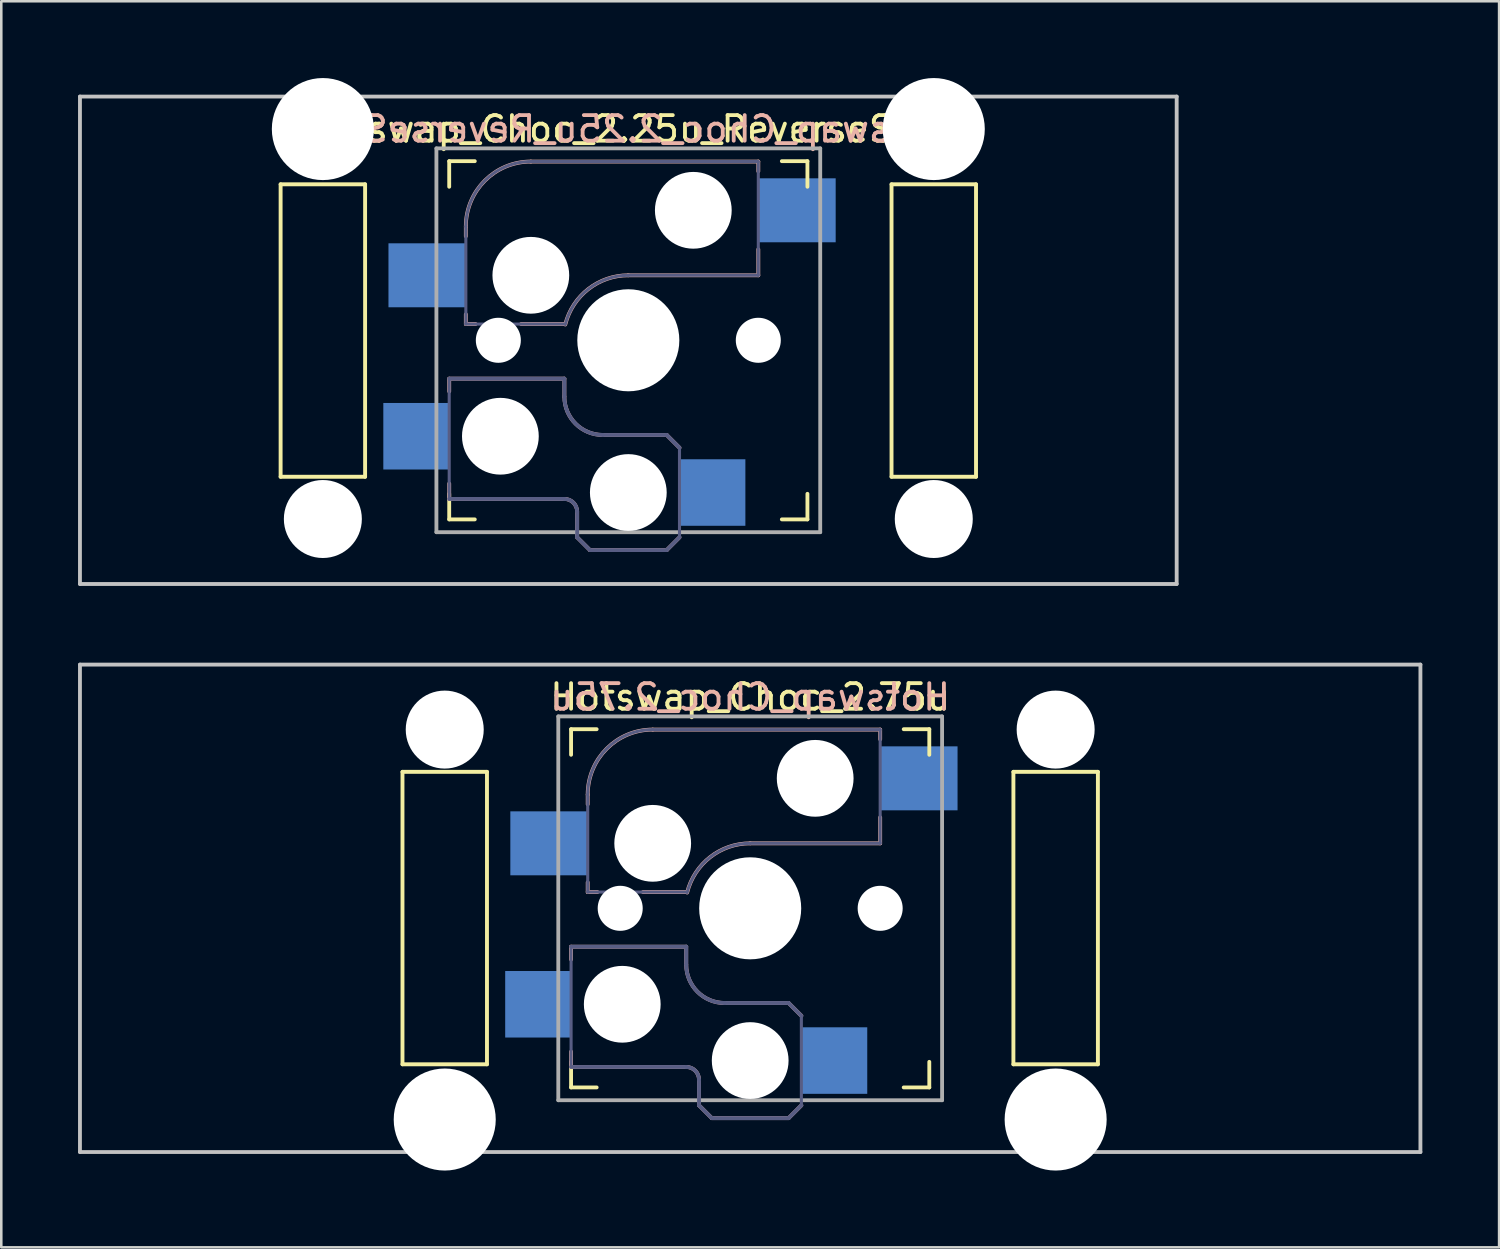
<source format=kicad_pcb>
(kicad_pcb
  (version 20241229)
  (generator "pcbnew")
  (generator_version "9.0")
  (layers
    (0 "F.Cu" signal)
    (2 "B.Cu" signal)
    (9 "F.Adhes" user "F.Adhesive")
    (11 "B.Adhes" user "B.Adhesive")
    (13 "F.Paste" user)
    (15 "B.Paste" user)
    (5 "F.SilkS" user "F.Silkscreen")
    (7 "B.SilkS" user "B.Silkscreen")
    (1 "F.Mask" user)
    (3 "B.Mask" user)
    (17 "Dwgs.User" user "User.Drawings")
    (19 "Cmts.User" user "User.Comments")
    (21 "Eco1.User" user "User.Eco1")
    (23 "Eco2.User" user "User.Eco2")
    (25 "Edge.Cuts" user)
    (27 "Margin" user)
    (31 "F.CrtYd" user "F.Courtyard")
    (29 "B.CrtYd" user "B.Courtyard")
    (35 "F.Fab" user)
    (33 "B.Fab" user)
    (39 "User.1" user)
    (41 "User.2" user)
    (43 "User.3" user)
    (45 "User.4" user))
  (footprint "Hotswap_Choc_2.25u_ReverseStab"
    (layer "F.Cu")
    (at 21.506 10.249)
    (property "Reference" "Hotswap_Choc_2.25u_ReverseStab" (at 0 -8.255 0) (layer "F.SilkS") (effects (font (size 1 1) (thickness 0.15))))
    (attr through_hole)
    (fp_line (start -13.589 -6.096) (end -13.589 5.334) (stroke (width 0.152) (type solid)) (layer "F.SilkS"))
    (fp_line (start -13.589 5.334) (end -10.287 5.334) (stroke (width 0.152) (type solid)) (layer "F.SilkS"))
    (fp_line (start -10.287 -6.096) (end -13.589 -6.096) (stroke (width 0.152) (type solid)) (layer "F.SilkS"))
    (fp_line (start -10.287 5.334) (end -10.287 -6.096) (stroke (width 0.152) (type solid)) (layer "F.SilkS"))
    (fp_line (start -7 -6) (end -7 -7) (stroke (width 0.15) (type solid)) (layer "F.SilkS"))
    (fp_line (start -7 7) (end -7 6) (stroke (width 0.15) (type solid)) (layer "F.SilkS"))
    (fp_line (start -7 7) (end -6 7) (stroke (width 0.15) (type solid)) (layer "F.SilkS"))
    (fp_line (start -6 -7) (end -7 -7) (stroke (width 0.15) (type solid)) (layer "F.SilkS"))
    (fp_line (start 6 7) (end 7 7) (stroke (width 0.15) (type solid)) (layer "F.SilkS"))
    (fp_line (start 7 -7) (end 6 -7) (stroke (width 0.15) (type solid)) (layer "F.SilkS"))
    (fp_line (start 7 -7) (end 7 -6) (stroke (width 0.15) (type solid)) (layer "F.SilkS"))
    (fp_line (start 7 6) (end 7 7) (stroke (width 0.15) (type solid)) (layer "F.SilkS"))
    (fp_line (start 10.287 -6.096) (end 10.287 5.334) (stroke (width 0.152) (type solid)) (layer "F.SilkS"))
    (fp_line (start 10.287 5.334) (end 13.589 5.334) (stroke (width 0.152) (type solid)) (layer "F.SilkS"))
    (fp_line (start 13.589 -6.096) (end 10.287 -6.096) (stroke (width 0.152) (type solid)) (layer "F.SilkS"))
    (fp_line (start 13.589 5.334) (end 13.589 -6.096) (stroke (width 0.152) (type solid)) (layer "F.SilkS"))
    (fp_line (start -7 1.5) (end -7 2) (stroke (width 0.15) (type solid)) (layer "B.SilkS"))
    (fp_line (start -7 5.6) (end -7 6.2) (stroke (width 0.15) (type solid)) (layer "B.SilkS"))
    (fp_line (start -7 6.2) (end -2.5 6.2) (stroke (width 0.15) (type solid)) (layer "B.SilkS"))
    (fp_line (start -6.35 -4.445) (end -6.35 -4.064) (stroke (width 0.15) (type solid)) (layer "B.SilkS"))
    (fp_line (start -6.35 -1.016) (end -6.35 -0.635) (stroke (width 0.15) (type solid)) (layer "B.SilkS"))
    (fp_line (start -6.35 -0.635) (end -5.969 -0.635) (stroke (width 0.15) (type solid)) (layer "B.SilkS"))
    (fp_line (start -4.191 -0.635) (end -2.54 -0.635) (stroke (width 0.15) (type solid)) (layer "B.SilkS"))
    (fp_line (start -2.5 1.5) (end -7 1.5) (stroke (width 0.15) (type solid)) (layer "B.SilkS"))
    (fp_line (start -2.5 2.2) (end -2.5 1.5) (stroke (width 0.15) (type solid)) (layer "B.SilkS"))
    (fp_line (start -2 6.7) (end -2 7.7) (stroke (width 0.15) (type solid)) (layer "B.SilkS"))
    (fp_line (start -1.5 8.2) (end -2 7.7) (stroke (width 0.15) (type solid)) (layer "B.SilkS"))
    (fp_line (start 0 -2.54) (end 5.08 -2.54) (stroke (width 0.15) (type solid)) (layer "B.SilkS"))
    (fp_line (start 1.5 3.7) (end -1 3.7) (stroke (width 0.15) (type solid)) (layer "B.SilkS"))
    (fp_line (start 1.5 8.2) (end -1.5 8.2) (stroke (width 0.15) (type solid)) (layer "B.SilkS"))
    (fp_line (start 2 4.2) (end 1.5 3.7) (stroke (width 0.15) (type solid)) (layer "B.SilkS"))
    (fp_line (start 2 7.7) (end 1.5 8.2) (stroke (width 0.15) (type solid)) (layer "B.SilkS"))
    (fp_line (start 5.08 -6.985) (end -3.81 -6.985) (stroke (width 0.15) (type solid)) (layer "B.SilkS"))
    (fp_line (start 5.08 -6.604) (end 5.08 -6.985) (stroke (width 0.15) (type solid)) (layer "B.SilkS"))
    (fp_line (start 5.08 -2.54) (end 5.08 -3.556) (stroke (width 0.15) (type solid)) (layer "B.SilkS"))
    (fp_arc (start -6.35 -4.445) (mid -5.606051 -6.241051) (end -3.81 -6.985) (stroke (width 0.15) (type solid)) (layer "B.SilkS"))
    (fp_arc (start -2.5 6.2) (mid -2.146447 6.346447) (end -2 6.7) (stroke (width 0.15) (type solid)) (layer "B.SilkS"))
    (fp_arc (start -2.464162 -0.61604) (mid -1.563147 -2.002042) (end 0 -2.54) (stroke (width 0.15) (type solid)) (layer "B.SilkS"))
    (fp_arc (start -1 3.7) (mid -2.06066 3.26066) (end -2.5 2.2) (stroke (width 0.15) (type solid)) (layer "B.SilkS"))
    (fp_line (start -21.431 -9.525) (end 21.431 -9.525) (stroke (width 0.15) (type solid)) (layer "Dwgs.User"))
    (fp_line (start -21.431 9.525) (end -21.431 -9.525) (stroke (width 0.15) (type solid)) (layer "Dwgs.User"))
    (fp_line (start 21.431 -9.525) (end 21.431 9.525) (stroke (width 0.15) (type solid)) (layer "Dwgs.User"))
    (fp_line (start 21.431 9.525) (end -21.431 9.525) (stroke (width 0.15) (type solid)) (layer "Dwgs.User"))
    (fp_line (start -6.9 6.9) (end -6.9 -6.9) (stroke (width 0.15) (type solid)) (layer "Eco2.User"))
    (fp_line (start -6.9 6.9) (end 6.9 6.9) (stroke (width 0.15) (type solid)) (layer "Eco2.User"))
    (fp_line (start 6.9 -6.9) (end -6.9 -6.9) (stroke (width 0.15) (type solid)) (layer "Eco2.User"))
    (fp_line (start 6.9 -6.9) (end 6.9 6.9) (stroke (width 0.15) (type solid)) (layer "Eco2.User"))
    (fp_line (start -7 1.5) (end -7 6.2) (stroke (width 0.12) (type solid)) (layer "B.Fab"))
    (fp_line (start -7 6.2) (end -2.5 6.2) (stroke (width 0.15) (type solid)) (layer "B.Fab"))
    (fp_line (start -6.35 -4.445) (end -6.35 -0.635) (stroke (width 0.12) (type solid)) (layer "B.Fab"))
    (fp_line (start -6.35 -0.635) (end -2.54 -0.635) (stroke (width 0.12) (type solid)) (layer "B.Fab"))
    (fp_line (start -2.5 1.5) (end -7 1.5) (stroke (width 0.15) (type solid)) (layer "B.Fab"))
    (fp_line (start -2.5 2.2) (end -2.5 1.5) (stroke (width 0.15) (type solid)) (layer "B.Fab"))
    (fp_line (start -2 6.7) (end -2 7.7) (stroke (width 0.15) (type solid)) (layer "B.Fab"))
    (fp_line (start -1.5 8.2) (end -2 7.7) (stroke (width 0.15) (type solid)) (layer "B.Fab"))
    (fp_line (start 0 -2.54) (end 5.08 -2.54) (stroke (width 0.12) (type solid)) (layer "B.Fab"))
    (fp_line (start 1.5 3.7) (end -1 3.7) (stroke (width 0.15) (type solid)) (layer "B.Fab"))
    (fp_line (start 1.5 8.2) (end -1.5 8.2) (stroke (width 0.15) (type solid)) (layer "B.Fab"))
    (fp_line (start 2 4.2) (end 1.5 3.7) (stroke (width 0.15) (type solid)) (layer "B.Fab"))
    (fp_line (start 2 4.25) (end 2 7.7) (stroke (width 0.12) (type solid)) (layer "B.Fab"))
    (fp_line (start 2 7.7) (end 1.5 8.2) (stroke (width 0.15) (type solid)) (layer "B.Fab"))
    (fp_line (start 5.08 -6.985) (end -3.81 -6.985) (stroke (width 0.12) (type solid)) (layer "B.Fab"))
    (fp_line (start 5.08 -2.54) (end 5.08 -6.985) (stroke (width 0.12) (type solid)) (layer "B.Fab"))
    (fp_arc (start -6.35 -4.445) (mid -5.606051 -6.241051) (end -3.81 -6.985) (stroke (width 0.12) (type solid)) (layer "B.Fab"))
    (fp_arc (start -2.5 6.2) (mid -2.146447 6.346447) (end -2 6.7) (stroke (width 0.15) (type solid)) (layer "B.Fab"))
    (fp_arc (start -2.464162 -0.61604) (mid -1.563147 -2.002042) (end 0 -2.54) (stroke (width 0.12) (type solid)) (layer "B.Fab"))
    (fp_arc (start -1 3.7) (mid -2.06066 3.26066) (end -2.5 2.2) (stroke (width 0.15) (type solid)) (layer "B.Fab"))
    (fp_line (start -7.5 -7.5) (end 7.5 -7.5) (stroke (width 0.15) (type solid)) (layer "F.Fab"))
    (fp_line (start -7.5 7.5) (end -7.5 -7.5) (stroke (width 0.15) (type solid)) (layer "F.Fab"))
    (fp_line (start 7.5 -7.5) (end 7.5 7.5) (stroke (width 0.15) (type solid)) (layer "F.Fab"))
    (fp_line (start 7.5 7.5) (end -7.5 7.5) (stroke (width 0.15) (type solid)) (layer "F.Fab"))
    (fp_text user "${REFERENCE}" (at 0 -8.255 0) (layer "B.SilkS") (effects (font (size 1 1) (thickness 0.15)) (justify mirror)))
    (pad "" np_thru_hole circle (at -11.938 -8.255 180) (size 3.988 3.988) (drill 3.988) (layers "*.Cu" "*.Mask"))
    (pad "" np_thru_hole circle (at -11.938 6.985 180) (size 3.048 3.048) (drill 3.048) (layers "*.Cu" "*.Mask"))
    (pad "" np_thru_hole circle (at -5.08 0 180) (size 1.76 1.76) (drill 1.76) (layers "*.Cu" "*.Mask"))
    (pad "" np_thru_hole circle (at -5 3.75) (size 3 3) (drill 3) (layers "*.Cu" "*.Mask"))
    (pad "" np_thru_hole circle (at -3.81 -2.54 180) (size 3 3) (drill 3) (layers "*.Cu" "*.Mask"))
    (pad "" np_thru_hole circle (at 0 0 180) (size 3.988 3.988) (drill 3.988) (layers "*.Cu" "*.Mask"))
    (pad "" np_thru_hole circle (at 0 5.95) (size 3 3) (drill 3) (layers "*.Cu" "*.Mask"))
    (pad "" np_thru_hole circle (at 2.54 -5.08 180) (size 3 3) (drill 3) (layers "*.Cu" "*.Mask"))
    (pad "" np_thru_hole circle (at 5.08 0 180) (size 1.76 1.76) (drill 1.76) (layers "*.Cu" "*.Mask"))
    (pad "" np_thru_hole circle (at 11.938 -8.255 180) (size 3.988 3.988) (drill 3.988) (layers "*.Cu" "*.Mask"))
    (pad "" np_thru_hole circle (at 11.938 6.985 180) (size 3.048 3.048) (drill 3.048) (layers "*.Cu" "*.Mask"))
    (pad "1" smd rect (at -8.275 3.75) (size 2.6 2.6) (layers "B.Cu" "B.Mask" "B.Paste"))
    (pad "1" smd rect (at -7.874 -2.54 180) (size 3 2.5) (layers "B.Cu" "B.Mask" "B.Paste"))
    (pad "2" smd rect (at 3.275 5.95) (size 2.6 2.6) (layers "B.Cu" "B.Mask" "B.Paste"))
    (pad "2" smd rect (at 6.604 -5.08 180) (size 3 2.5) (layers "B.Cu" "B.Mask" "B.Paste")))
  (footprint "Hotswap_Choc_2.75u"
    (layer "F.Cu")
    (at 26.269 32.449)
    (property "Reference" "Hotswap_Choc_2.75u" (at 0 -8.255 0) (layer "F.SilkS") (effects (font (size 1 1) (thickness 0.15))))
    (attr through_hole)
    (fp_line (start -13.589 -5.334) (end -13.589 6.096) (stroke (width 0.152) (type solid)) (layer "F.SilkS"))
    (fp_line (start -13.589 6.096) (end -10.287 6.096) (stroke (width 0.152) (type solid)) (layer "F.SilkS"))
    (fp_line (start -10.287 -5.334) (end -13.589 -5.334) (stroke (width 0.152) (type solid)) (layer "F.SilkS"))
    (fp_line (start -10.287 6.096) (end -10.287 -5.334) (stroke (width 0.152) (type solid)) (layer "F.SilkS"))
    (fp_line (start -7 -6) (end -7 -7) (stroke (width 0.15) (type solid)) (layer "F.SilkS"))
    (fp_line (start -7 7) (end -7 6) (stroke (width 0.15) (type solid)) (layer "F.SilkS"))
    (fp_line (start -7 7) (end -6 7) (stroke (width 0.15) (type solid)) (layer "F.SilkS"))
    (fp_line (start -6 -7) (end -7 -7) (stroke (width 0.15) (type solid)) (layer "F.SilkS"))
    (fp_line (start 6 7) (end 7 7) (stroke (width 0.15) (type solid)) (layer "F.SilkS"))
    (fp_line (start 7 -7) (end 6 -7) (stroke (width 0.15) (type solid)) (layer "F.SilkS"))
    (fp_line (start 7 -7) (end 7 -6) (stroke (width 0.15) (type solid)) (layer "F.SilkS"))
    (fp_line (start 7 6) (end 7 7) (stroke (width 0.15) (type solid)) (layer "F.SilkS"))
    (fp_line (start 10.287 -5.334) (end 10.287 6.096) (stroke (width 0.152) (type solid)) (layer "F.SilkS"))
    (fp_line (start 10.287 6.096) (end 13.589 6.096) (stroke (width 0.152) (type solid)) (layer "F.SilkS"))
    (fp_line (start 13.589 -5.334) (end 10.287 -5.334) (stroke (width 0.152) (type solid)) (layer "F.SilkS"))
    (fp_line (start 13.589 6.096) (end 13.589 -5.334) (stroke (width 0.152) (type solid)) (layer "F.SilkS"))
    (fp_line (start -7 1.5) (end -7 2) (stroke (width 0.15) (type solid)) (layer "B.SilkS"))
    (fp_line (start -7 5.6) (end -7 6.2) (stroke (width 0.15) (type solid)) (layer "B.SilkS"))
    (fp_line (start -7 6.2) (end -2.5 6.2) (stroke (width 0.15) (type solid)) (layer "B.SilkS"))
    (fp_line (start -6.35 -4.445) (end -6.35 -4.064) (stroke (width 0.15) (type solid)) (layer "B.SilkS"))
    (fp_line (start -6.35 -1.016) (end -6.35 -0.635) (stroke (width 0.15) (type solid)) (layer "B.SilkS"))
    (fp_line (start -6.35 -0.635) (end -5.969 -0.635) (stroke (width 0.15) (type solid)) (layer "B.SilkS"))
    (fp_line (start -4.191 -0.635) (end -2.54 -0.635) (stroke (width 0.15) (type solid)) (layer "B.SilkS"))
    (fp_line (start -2.5 1.5) (end -7 1.5) (stroke (width 0.15) (type solid)) (layer "B.SilkS"))
    (fp_line (start -2.5 2.2) (end -2.5 1.5) (stroke (width 0.15) (type solid)) (layer "B.SilkS"))
    (fp_line (start -2 6.7) (end -2 7.7) (stroke (width 0.15) (type solid)) (layer "B.SilkS"))
    (fp_line (start -1.5 8.2) (end -2 7.7) (stroke (width 0.15) (type solid)) (layer "B.SilkS"))
    (fp_line (start 0 -2.54) (end 5.08 -2.54) (stroke (width 0.15) (type solid)) (layer "B.SilkS"))
    (fp_line (start 1.5 3.7) (end -1 3.7) (stroke (width 0.15) (type solid)) (layer "B.SilkS"))
    (fp_line (start 1.5 8.2) (end -1.5 8.2) (stroke (width 0.15) (type solid)) (layer "B.SilkS"))
    (fp_line (start 2 4.2) (end 1.5 3.7) (stroke (width 0.15) (type solid)) (layer "B.SilkS"))
    (fp_line (start 2 7.7) (end 1.5 8.2) (stroke (width 0.15) (type solid)) (layer "B.SilkS"))
    (fp_line (start 5.08 -6.985) (end -3.81 -6.985) (stroke (width 0.15) (type solid)) (layer "B.SilkS"))
    (fp_line (start 5.08 -6.604) (end 5.08 -6.985) (stroke (width 0.15) (type solid)) (layer "B.SilkS"))
    (fp_line (start 5.08 -2.54) (end 5.08 -3.556) (stroke (width 0.15) (type solid)) (layer "B.SilkS"))
    (fp_arc (start -6.35 -4.445) (mid -5.606051 -6.241051) (end -3.81 -6.985) (stroke (width 0.15) (type solid)) (layer "B.SilkS"))
    (fp_arc (start -2.5 6.2) (mid -2.146447 6.346447) (end -2 6.7) (stroke (width 0.15) (type solid)) (layer "B.SilkS"))
    (fp_arc (start -2.464162 -0.61604) (mid -1.563147 -2.002042) (end 0 -2.54) (stroke (width 0.15) (type solid)) (layer "B.SilkS"))
    (fp_arc (start -1 3.7) (mid -2.06066 3.26066) (end -2.5 2.2) (stroke (width 0.15) (type solid)) (layer "B.SilkS"))
    (fp_line (start -26.194 -9.525) (end 26.194 -9.525) (stroke (width 0.15) (type solid)) (layer "Dwgs.User"))
    (fp_line (start -26.194 9.525) (end -26.194 -9.525) (stroke (width 0.15) (type solid)) (layer "Dwgs.User"))
    (fp_line (start -26.194 9.525) (end 26.194 9.525) (stroke (width 0.15) (type solid)) (layer "Dwgs.User"))
    (fp_line (start 26.194 -9.525) (end 26.194 9.525) (stroke (width 0.15) (type solid)) (layer "Dwgs.User"))
    (fp_line (start -6.9 6.9) (end -6.9 -6.9) (stroke (width 0.15) (type solid)) (layer "Eco2.User"))
    (fp_line (start -6.9 6.9) (end 6.9 6.9) (stroke (width 0.15) (type solid)) (layer "Eco2.User"))
    (fp_line (start 6.9 -6.9) (end -6.9 -6.9) (stroke (width 0.15) (type solid)) (layer "Eco2.User"))
    (fp_line (start 6.9 -6.9) (end 6.9 6.9) (stroke (width 0.15) (type solid)) (layer "Eco2.User"))
    (fp_line (start -7 1.5) (end -7 6.2) (stroke (width 0.12) (type solid)) (layer "B.Fab"))
    (fp_line (start -7 6.2) (end -2.5 6.2) (stroke (width 0.15) (type solid)) (layer "B.Fab"))
    (fp_line (start -6.35 -4.445) (end -6.35 -0.635) (stroke (width 0.12) (type solid)) (layer "B.Fab"))
    (fp_line (start -6.35 -0.635) (end -2.54 -0.635) (stroke (width 0.12) (type solid)) (layer "B.Fab"))
    (fp_line (start -2.5 1.5) (end -7 1.5) (stroke (width 0.15) (type solid)) (layer "B.Fab"))
    (fp_line (start -2.5 2.2) (end -2.5 1.5) (stroke (width 0.15) (type solid)) (layer "B.Fab"))
    (fp_line (start -2 6.7) (end -2 7.7) (stroke (width 0.15) (type solid)) (layer "B.Fab"))
    (fp_line (start -1.5 8.2) (end -2 7.7) (stroke (width 0.15) (type solid)) (layer "B.Fab"))
    (fp_line (start 0 -2.54) (end 5.08 -2.54) (stroke (width 0.12) (type solid)) (layer "B.Fab"))
    (fp_line (start 1.5 3.7) (end -1 3.7) (stroke (width 0.15) (type solid)) (layer "B.Fab"))
    (fp_line (start 1.5 8.2) (end -1.5 8.2) (stroke (width 0.15) (type solid)) (layer "B.Fab"))
    (fp_line (start 2 4.2) (end 1.5 3.7) (stroke (width 0.15) (type solid)) (layer "B.Fab"))
    (fp_line (start 2 4.25) (end 2 7.7) (stroke (width 0.12) (type solid)) (layer "B.Fab"))
    (fp_line (start 2 7.7) (end 1.5 8.2) (stroke (width 0.15) (type solid)) (layer "B.Fab"))
    (fp_line (start 5.08 -6.985) (end -3.81 -6.985) (stroke (width 0.12) (type solid)) (layer "B.Fab"))
    (fp_line (start 5.08 -2.54) (end 5.08 -6.985) (stroke (width 0.12) (type solid)) (layer "B.Fab"))
    (fp_arc (start -6.35 -4.445) (mid -5.606051 -6.241051) (end -3.81 -6.985) (stroke (width 0.12) (type solid)) (layer "B.Fab"))
    (fp_arc (start -2.5 6.2) (mid -2.146447 6.346447) (end -2 6.7) (stroke (width 0.15) (type solid)) (layer "B.Fab"))
    (fp_arc (start -2.464162 -0.61604) (mid -1.563147 -2.002042) (end 0 -2.54) (stroke (width 0.12) (type solid)) (layer "B.Fab"))
    (fp_arc (start -1 3.7) (mid -2.06066 3.26066) (end -2.5 2.2) (stroke (width 0.15) (type solid)) (layer "B.Fab"))
    (fp_line (start -7.5 -7.5) (end 7.5 -7.5) (stroke (width 0.15) (type solid)) (layer "F.Fab"))
    (fp_line (start -7.5 7.5) (end -7.5 -7.5) (stroke (width 0.15) (type solid)) (layer "F.Fab"))
    (fp_line (start 7.5 -7.5) (end 7.5 7.5) (stroke (width 0.15) (type solid)) (layer "F.Fab"))
    (fp_line (start 7.5 7.5) (end -7.5 7.5) (stroke (width 0.15) (type solid)) (layer "F.Fab"))
    (fp_text user "${REFERENCE}" (at 0 -8.255 0) (layer "B.SilkS") (effects (font (size 1 1) (thickness 0.15)) (justify mirror)))
    (pad "" np_thru_hole circle (at -11.938 -6.985) (size 3.048 3.048) (drill 3.048) (layers "*.Cu" "*.Mask"))
    (pad "" np_thru_hole circle (at -11.938 8.255) (size 3.988 3.988) (drill 3.988) (layers "*.Cu" "*.Mask"))
    (pad "" np_thru_hole circle (at -5.08 0 180) (size 1.76 1.76) (drill 1.76) (layers "*.Cu" "*.Mask"))
    (pad "" np_thru_hole circle (at -5 3.75) (size 3 3) (drill 3) (layers "*.Cu" "*.Mask"))
    (pad "" np_thru_hole circle (at -3.81 -2.54 180) (size 3 3) (drill 3) (layers "*.Cu" "*.Mask"))
    (pad "" np_thru_hole circle (at 0 0 180) (size 3.988 3.988) (drill 3.988) (layers "*.Cu" "*.Mask"))
    (pad "" np_thru_hole circle (at 0 5.95) (size 3 3) (drill 3) (layers "*.Cu" "*.Mask"))
    (pad "" np_thru_hole circle (at 2.54 -5.08 180) (size 3 3) (drill 3) (layers "*.Cu" "*.Mask"))
    (pad "" np_thru_hole circle (at 5.08 0 180) (size 1.76 1.76) (drill 1.76) (layers "*.Cu" "*.Mask"))
    (pad "" np_thru_hole circle (at 11.938 -6.985) (size 3.048 3.048) (drill 3.048) (layers "*.Cu" "*.Mask"))
    (pad "" np_thru_hole circle (at 11.938 8.255) (size 3.988 3.988) (drill 3.988) (layers "*.Cu" "*.Mask"))
    (pad "1" smd rect (at -8.275 3.75) (size 2.6 2.6) (layers "B.Cu" "B.Mask" "B.Paste"))
    (pad "1" smd rect (at -7.874 -2.54 180) (size 3 2.5) (layers "B.Cu" "B.Mask" "B.Paste"))
    (pad "2" smd rect (at 3.275 5.95) (size 2.6 2.6) (layers "B.Cu" "B.Mask" "B.Paste"))
    (pad "2" smd rect (at 6.604 -5.08 180) (size 3 2.5) (layers "B.Cu" "B.Mask" "B.Paste")))
  (gr_rect
    (start -3 -3)
    (end 55.538 45.698)
    (stroke (width 0.1) (type default))
    (fill no)
    (layer "Edge.Cuts")))
</source>
